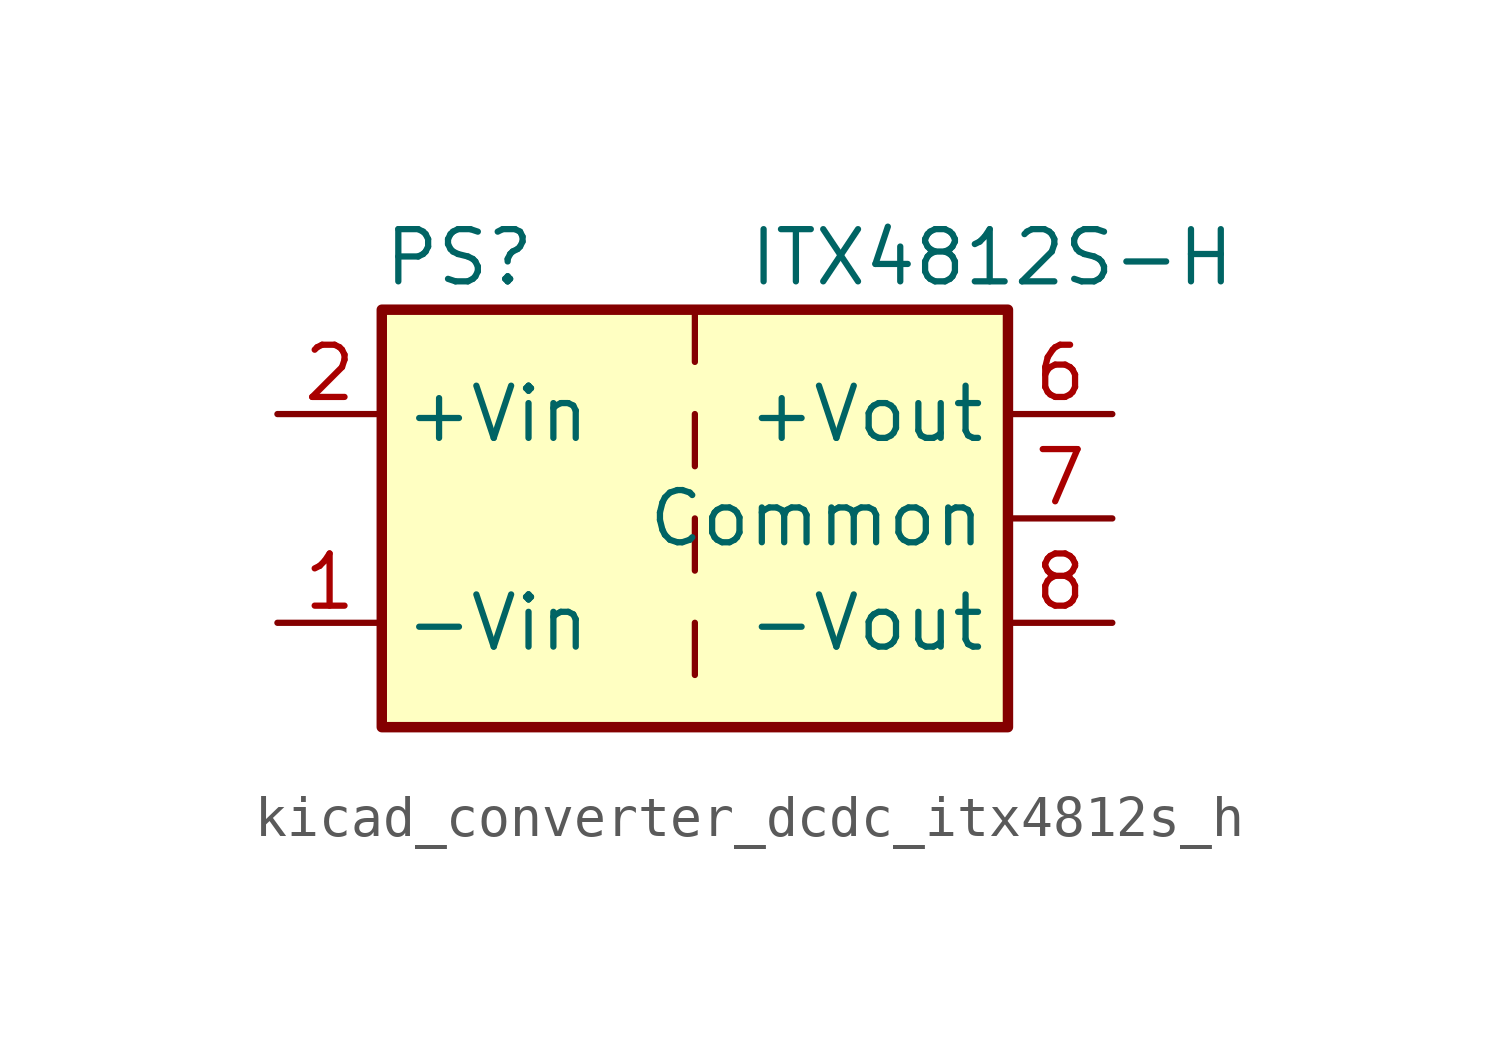
<source format=kicad_sym>
(kicad_symbol_lib
  (version 20220914)
  (generator kicad_symbol_editor)
  (symbol "kicad_converter_dcdc_itx4812s_h"
    (property "Reference" "PS"
      (at -7.62 6.35 0)
      (effects (font (size 1.27 1.27)) (justify left)))
    (property "Value" "ITX4812S-H"
      (at 1.27 6.35 0)
      (effects (font (size 1.27 1.27)) (justify left)))
    (symbol "kicad_converter_dcdc_itx4812s_h_0_0"
      (pin power_in line (at -10.16 -2.54 0) (length 2.54) (name "-Vin" (effects (font (size 1.27 1.27)))) (number "1" (effects (font (size 1.27 1.27)))))
      (pin power_in line (at -10.16 2.54 0) (length 2.54) (name "+Vin" (effects (font (size 1.27 1.27)))) (number "2" (effects (font (size 1.27 1.27)))))
      (pin no_connect line (at 0 -5.08 90) (length 2.54) hide (name "NC" (effects (font (size 1.27 1.27)))) (number "3" (effects (font (size 1.27 1.27)))))
      (pin no_connect line (at 0 5.08 270) (length 2.54) hide (name "NC" (effects (font (size 1.27 1.27)))) (number "5" (effects (font (size 1.27 1.27)))))
      (pin power_out line (at 10.16 2.54 180) (length 2.54) (name "+Vout" (effects (font (size 1.27 1.27)))) (number "6" (effects (font (size 1.27 1.27)))))
      (pin power_out line (at 10.16 0 180) (length 2.54) (name "Common" (effects (font (size 1.27 1.27)))) (number "7" (effects (font (size 1.27 1.27)))))
      (pin power_out line (at 10.16 -2.54 180) (length 2.54) (name "-Vout" (effects (font (size 1.27 1.27)))) (number "8" (effects (font (size 1.27 1.27))))))
    (symbol "kicad_converter_dcdc_itx4812s_h_0_1"
      (rectangle (start -7.62 5.08) (end 7.62 -5.08) (stroke (width 0.254) (type default)) (fill (type background)))
      (polyline (pts (xy 0 -2.54) (xy 0 -3.81)) (stroke (width 0) (type default)) (fill (type none)))
      (polyline (pts (xy 0 0) (xy 0 -1.27)) (stroke (width 0) (type default)) (fill (type none)))
      (polyline (pts (xy 0 2.54) (xy 0 1.27)) (stroke (width 0) (type default)) (fill (type none)))
      (polyline (pts (xy 0 5.08) (xy 0 3.81)) (stroke (width 0) (type default)) (fill (type none))))))
</source>
